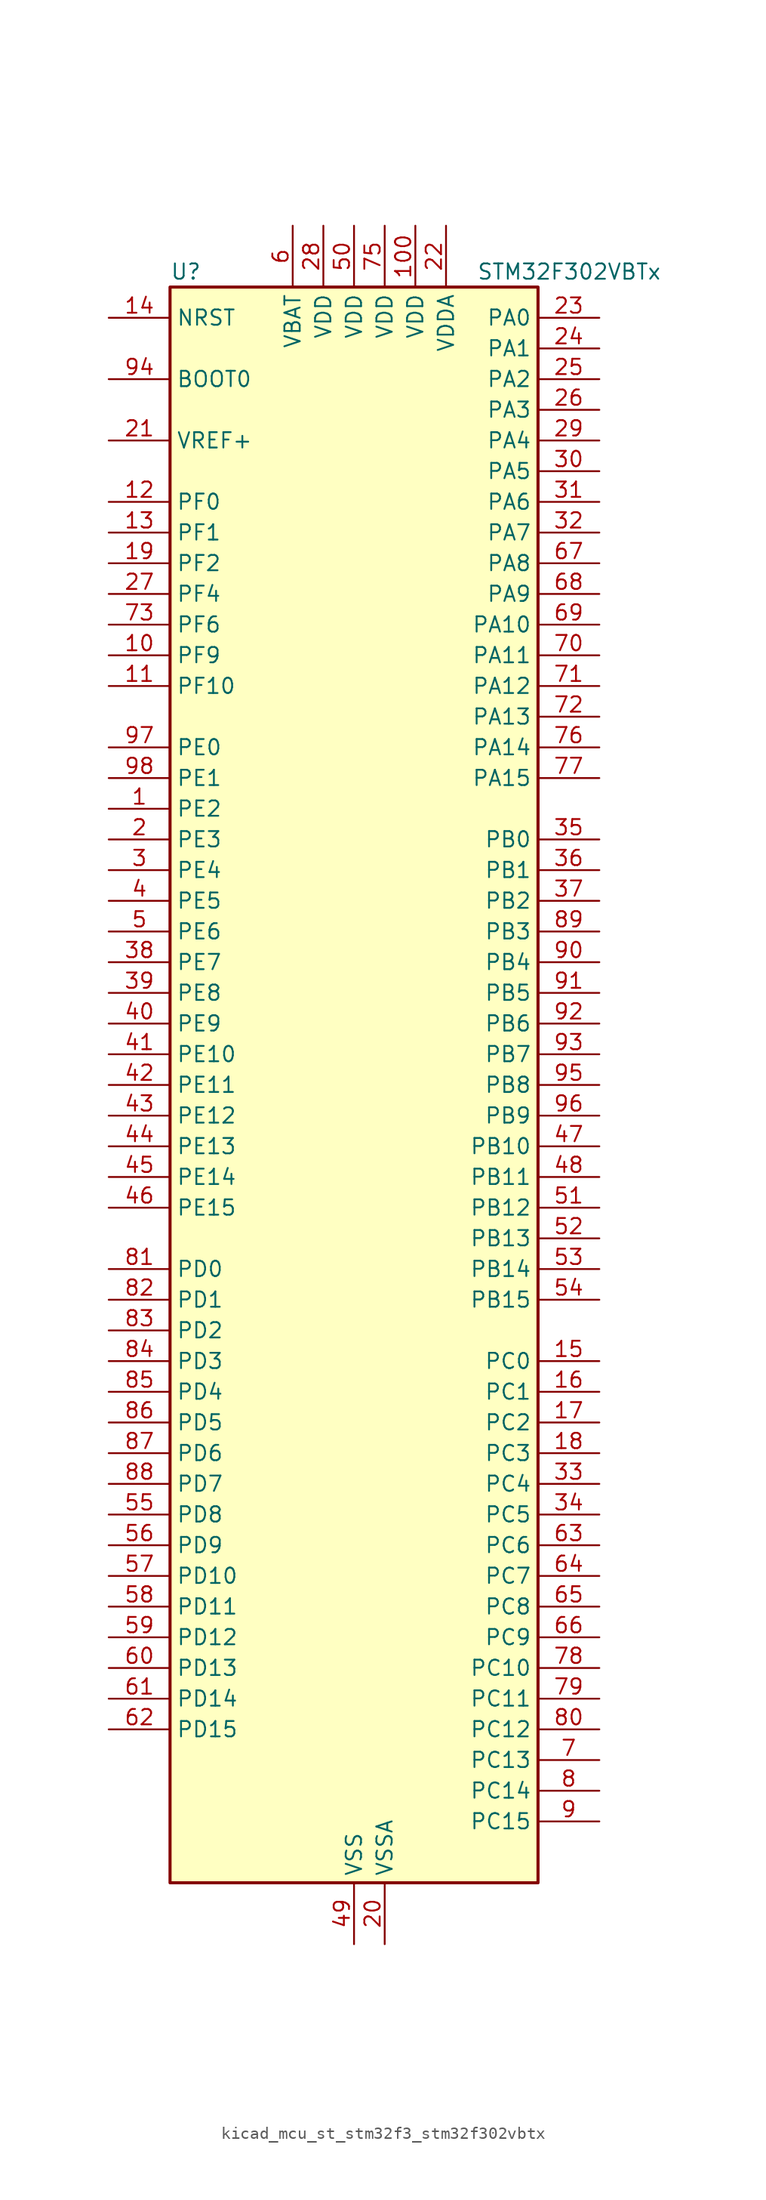
<source format=kicad_sym>
(kicad_symbol_lib
  (version 20220914)
  (generator kicad_symbol_editor)
  (symbol "kicad_mcu_st_stm32f3_stm32f302vbtx"
    (property "Reference" "U"
      (at -15.24 67.31 0)
      (effects (font (size 1.27 1.27)) (justify left)))
    (property "Value" "STM32F302VBTx"
      (at 10.16 67.31 0)
      (effects (font (size 1.27 1.27)) (justify left)))
    (property "ki_locked" ""
      (at 0 0 0)
      (effects (font (size 1.27 1.27))))
    (symbol "kicad_mcu_st_stm32f3_stm32f302vbtx_0_1"
      (rectangle (start -15.24 -66.04) (end 15.24 66.04) (stroke (width 0.254) (type default)) (fill (type background))))
    (symbol "kicad_mcu_st_stm32f3_stm32f302vbtx_1_1"
      (pin bidirectional line (at -20.32 22.86 0) (length 5.08) (name "PE2" (effects (font (size 1.27 1.27)))) (number "1" (effects (font (size 1.27 1.27)))) (alternate "SYS_TRACECK" bidirectional line) (alternate "TIM3_CH1" bidirectional line) (alternate "TSC_G7_IO1" bidirectional line))
      (pin bidirectional line (at -20.32 35.56 0) (length 5.08) (name "PF9" (effects (font (size 1.27 1.27)))) (number "10" (effects (font (size 1.27 1.27)))) (alternate "DAC_EXTI9" bidirectional line) (alternate "SPI2_SCK" bidirectional line) (alternate "TIM15_CH1" bidirectional line))
      (pin power_in line (at 5.08 71.12 270) (length 5.08) (name "VDD" (effects (font (size 1.27 1.27)))) (number "100" (effects (font (size 1.27 1.27)))))
      (pin bidirectional line (at -20.32 33.02 0) (length 5.08) (name "PF10" (effects (font (size 1.27 1.27)))) (number "11" (effects (font (size 1.27 1.27)))) (alternate "SPI2_SCK" bidirectional line) (alternate "TIM15_CH2" bidirectional line))
      (pin bidirectional line (at -20.32 48.26 0) (length 5.08) (name "PF0" (effects (font (size 1.27 1.27)))) (number "12" (effects (font (size 1.27 1.27)))) (alternate "I2C2_SDA" bidirectional line) (alternate "RCC_OSC_IN" bidirectional line) (alternate "TIM1_CH3N" bidirectional line))
      (pin bidirectional line (at -20.32 45.72 0) (length 5.08) (name "PF1" (effects (font (size 1.27 1.27)))) (number "13" (effects (font (size 1.27 1.27)))) (alternate "I2C2_SCL" bidirectional line) (alternate "RCC_OSC_OUT" bidirectional line))
      (pin input line (at -20.32 63.5 0) (length 5.08) (name "NRST" (effects (font (size 1.27 1.27)))) (number "14" (effects (font (size 1.27 1.27)))))
      (pin bidirectional line (at 20.32 -22.86 180) (length 5.08) (name "PC0" (effects (font (size 1.27 1.27)))) (number "15" (effects (font (size 1.27 1.27)))) (alternate "ADC1_IN6" bidirectional line) (alternate "ADC2_IN6" bidirectional line))
      (pin bidirectional line (at 20.32 -25.4 180) (length 5.08) (name "PC1" (effects (font (size 1.27 1.27)))) (number "16" (effects (font (size 1.27 1.27)))) (alternate "ADC1_IN7" bidirectional line) (alternate "ADC2_IN7" bidirectional line))
      (pin bidirectional line (at 20.32 -27.94 180) (length 5.08) (name "PC2" (effects (font (size 1.27 1.27)))) (number "17" (effects (font (size 1.27 1.27)))) (alternate "ADC1_IN8" bidirectional line) (alternate "ADC2_IN8" bidirectional line))
      (pin bidirectional line (at 20.32 -30.48 180) (length 5.08) (name "PC3" (effects (font (size 1.27 1.27)))) (number "18" (effects (font (size 1.27 1.27)))) (alternate "ADC1_IN9" bidirectional line) (alternate "ADC2_IN9" bidirectional line) (alternate "TIM1_BKIN2" bidirectional line))
      (pin bidirectional line (at -20.32 43.18 0) (length 5.08) (name "PF2" (effects (font (size 1.27 1.27)))) (number "19" (effects (font (size 1.27 1.27)))) (alternate "ADC1_IN10" bidirectional line) (alternate "ADC2_IN10" bidirectional line))
      (pin bidirectional line (at -20.32 20.32 0) (length 5.08) (name "PE3" (effects (font (size 1.27 1.27)))) (number "2" (effects (font (size 1.27 1.27)))) (alternate "SYS_TRACED0" bidirectional line) (alternate "TIM3_CH2" bidirectional line) (alternate "TSC_G7_IO2" bidirectional line))
      (pin power_in line (at 2.54 -71.12 90) (length 5.08) (name "VSSA" (effects (font (size 1.27 1.27)))) (number "20" (effects (font (size 1.27 1.27)))))
      (pin input line (at -20.32 53.34 0) (length 5.08) (name "VREF+" (effects (font (size 1.27 1.27)))) (number "21" (effects (font (size 1.27 1.27)))))
      (pin power_in line (at 7.62 71.12 270) (length 5.08) (name "VDDA" (effects (font (size 1.27 1.27)))) (number "22" (effects (font (size 1.27 1.27)))))
      (pin bidirectional line (at 20.32 63.5 180) (length 5.08) (name "PA0" (effects (font (size 1.27 1.27)))) (number "23" (effects (font (size 1.27 1.27)))) (alternate "ADC1_IN1" bidirectional line) (alternate "COMP1_INM" bidirectional line) (alternate "COMP1_OUT" bidirectional line) (alternate "RTC_TAMP2" bidirectional line) (alternate "SYS_WKUP1" bidirectional line) (alternate "TIM2_CH1" bidirectional line) (alternate "TIM2_ETR" bidirectional line) (alternate "TSC_G1_IO1" bidirectional line) (alternate "USART2_CTS" bidirectional line))
      (pin bidirectional line (at 20.32 60.96 180) (length 5.08) (name "PA1" (effects (font (size 1.27 1.27)))) (number "24" (effects (font (size 1.27 1.27)))) (alternate "ADC1_IN2" bidirectional line) (alternate "COMP1_INP" bidirectional line) (alternate "OPAMP1_VINP" bidirectional line) (alternate "OPAMP1_VINP_SEC" bidirectional line) (alternate "RTC_REFIN" bidirectional line) (alternate "TIM15_CH1N" bidirectional line) (alternate "TIM2_CH2" bidirectional line) (alternate "TSC_G1_IO2" bidirectional line) (alternate "USART2_DE" bidirectional line) (alternate "USART2_RTS" bidirectional line))
      (pin bidirectional line (at 20.32 58.42 180) (length 5.08) (name "PA2" (effects (font (size 1.27 1.27)))) (number "25" (effects (font (size 1.27 1.27)))) (alternate "ADC1_IN3" bidirectional line) (alternate "COMP2_INM" bidirectional line) (alternate "COMP2_OUT" bidirectional line) (alternate "OPAMP1_VOUT" bidirectional line) (alternate "TIM15_CH1" bidirectional line) (alternate "TIM2_CH3" bidirectional line) (alternate "TSC_G1_IO3" bidirectional line) (alternate "USART2_TX" bidirectional line))
      (pin bidirectional line (at 20.32 55.88 180) (length 5.08) (name "PA3" (effects (font (size 1.27 1.27)))) (number "26" (effects (font (size 1.27 1.27)))) (alternate "ADC1_IN4" bidirectional line) (alternate "COMP2_INP" bidirectional line) (alternate "OPAMP1_VINM" bidirectional line) (alternate "OPAMP1_VINM_SEC" bidirectional line) (alternate "OPAMP1_VINP" bidirectional line) (alternate "OPAMP1_VINP_SEC" bidirectional line) (alternate "TIM15_CH2" bidirectional line) (alternate "TIM2_CH4" bidirectional line) (alternate "TSC_G1_IO4" bidirectional line) (alternate "USART2_RX" bidirectional line))
      (pin bidirectional line (at -20.32 40.64 0) (length 5.08) (name "PF4" (effects (font (size 1.27 1.27)))) (number "27" (effects (font (size 1.27 1.27)))) (alternate "ADC1_IN5" bidirectional line) (alternate "COMP1_OUT" bidirectional line))
      (pin power_in line (at -2.54 71.12 270) (length 5.08) (name "VDD" (effects (font (size 1.27 1.27)))) (number "28" (effects (font (size 1.27 1.27)))))
      (pin bidirectional line (at 20.32 53.34 180) (length 5.08) (name "PA4" (effects (font (size 1.27 1.27)))) (number "29" (effects (font (size 1.27 1.27)))) (alternate "ADC2_IN1" bidirectional line) (alternate "COMP1_INM" bidirectional line) (alternate "COMP2_INM" bidirectional line) (alternate "COMP4_INM" bidirectional line) (alternate "COMP6_INM" bidirectional line) (alternate "DAC_OUT1" bidirectional line) (alternate "I2S3_WS" bidirectional line) (alternate "SPI1_NSS" bidirectional line) (alternate "SPI3_NSS" bidirectional line) (alternate "TIM3_CH2" bidirectional line) (alternate "TSC_G2_IO1" bidirectional line) (alternate "USART2_CK" bidirectional line))
      (pin bidirectional line (at -20.32 17.78 0) (length 5.08) (name "PE4" (effects (font (size 1.27 1.27)))) (number "3" (effects (font (size 1.27 1.27)))) (alternate "SYS_TRACED1" bidirectional line) (alternate "TIM3_CH3" bidirectional line) (alternate "TSC_G7_IO3" bidirectional line))
      (pin bidirectional line (at 20.32 50.8 180) (length 5.08) (name "PA5" (effects (font (size 1.27 1.27)))) (number "30" (effects (font (size 1.27 1.27)))) (alternate "ADC2_IN2" bidirectional line) (alternate "COMP1_INM" bidirectional line) (alternate "COMP2_INM" bidirectional line) (alternate "COMP4_INM" bidirectional line) (alternate "COMP6_INM" bidirectional line) (alternate "OPAMP1_VINP" bidirectional line) (alternate "OPAMP1_VINP_SEC" bidirectional line) (alternate "OPAMP2_VINM" bidirectional line) (alternate "OPAMP2_VINM_SEC" bidirectional line) (alternate "SPI1_SCK" bidirectional line) (alternate "TIM2_CH1" bidirectional line) (alternate "TIM2_ETR" bidirectional line) (alternate "TSC_G2_IO2" bidirectional line))
      (pin bidirectional line (at 20.32 48.26 180) (length 5.08) (name "PA6" (effects (font (size 1.27 1.27)))) (number "31" (effects (font (size 1.27 1.27)))) (alternate "ADC2_IN3" bidirectional line) (alternate "COMP1_OUT" bidirectional line) (alternate "OPAMP2_VOUT" bidirectional line) (alternate "SPI1_MISO" bidirectional line) (alternate "TIM16_CH1" bidirectional line) (alternate "TIM1_BKIN" bidirectional line) (alternate "TIM3_CH1" bidirectional line) (alternate "TSC_G2_IO3" bidirectional line))
      (pin bidirectional line (at 20.32 45.72 180) (length 5.08) (name "PA7" (effects (font (size 1.27 1.27)))) (number "32" (effects (font (size 1.27 1.27)))) (alternate "ADC2_IN4" bidirectional line) (alternate "COMP2_INP" bidirectional line) (alternate "COMP2_OUT" bidirectional line) (alternate "OPAMP1_VINP" bidirectional line) (alternate "OPAMP1_VINP_SEC" bidirectional line) (alternate "OPAMP2_VINP" bidirectional line) (alternate "OPAMP2_VINP_SEC" bidirectional line) (alternate "SPI1_MOSI" bidirectional line) (alternate "TIM17_CH1" bidirectional line) (alternate "TIM1_CH1N" bidirectional line) (alternate "TIM3_CH2" bidirectional line) (alternate "TSC_G2_IO4" bidirectional line))
      (pin bidirectional line (at 20.32 -33.02 180) (length 5.08) (name "PC4" (effects (font (size 1.27 1.27)))) (number "33" (effects (font (size 1.27 1.27)))) (alternate "ADC2_IN5" bidirectional line) (alternate "USART1_TX" bidirectional line))
      (pin bidirectional line (at 20.32 -35.56 180) (length 5.08) (name "PC5" (effects (font (size 1.27 1.27)))) (number "34" (effects (font (size 1.27 1.27)))) (alternate "ADC2_IN11" bidirectional line) (alternate "OPAMP1_VINM" bidirectional line) (alternate "OPAMP1_VINM_SEC" bidirectional line) (alternate "OPAMP2_VINM" bidirectional line) (alternate "OPAMP2_VINM_SEC" bidirectional line) (alternate "TSC_G3_IO1" bidirectional line) (alternate "USART1_RX" bidirectional line))
      (pin bidirectional line (at 20.32 20.32 180) (length 5.08) (name "PB0" (effects (font (size 1.27 1.27)))) (number "35" (effects (font (size 1.27 1.27)))) (alternate "COMP4_INP" bidirectional line) (alternate "OPAMP2_VINP" bidirectional line) (alternate "OPAMP2_VINP_SEC" bidirectional line) (alternate "TIM1_CH2N" bidirectional line) (alternate "TIM3_CH3" bidirectional line) (alternate "TSC_G3_IO2" bidirectional line))
      (pin bidirectional line (at 20.32 17.78 180) (length 5.08) (name "PB1" (effects (font (size 1.27 1.27)))) (number "36" (effects (font (size 1.27 1.27)))) (alternate "COMP4_OUT" bidirectional line) (alternate "TIM1_CH3N" bidirectional line) (alternate "TIM3_CH4" bidirectional line) (alternate "TSC_G3_IO3" bidirectional line))
      (pin bidirectional line (at 20.32 15.24 180) (length 5.08) (name "PB2" (effects (font (size 1.27 1.27)))) (number "37" (effects (font (size 1.27 1.27)))) (alternate "ADC2_IN12" bidirectional line) (alternate "COMP4_INM" bidirectional line) (alternate "TSC_G3_IO4" bidirectional line))
      (pin bidirectional line (at -20.32 10.16 0) (length 5.08) (name "PE7" (effects (font (size 1.27 1.27)))) (number "38" (effects (font (size 1.27 1.27)))) (alternate "COMP4_INP" bidirectional line) (alternate "TIM1_ETR" bidirectional line))
      (pin bidirectional line (at -20.32 7.62 0) (length 5.08) (name "PE8" (effects (font (size 1.27 1.27)))) (number "39" (effects (font (size 1.27 1.27)))) (alternate "COMP4_INM" bidirectional line) (alternate "TIM1_CH1N" bidirectional line))
      (pin bidirectional line (at -20.32 15.24 0) (length 5.08) (name "PE5" (effects (font (size 1.27 1.27)))) (number "4" (effects (font (size 1.27 1.27)))) (alternate "SYS_TRACED2" bidirectional line) (alternate "TIM3_CH4" bidirectional line) (alternate "TSC_G7_IO4" bidirectional line))
      (pin bidirectional line (at -20.32 5.08 0) (length 5.08) (name "PE9" (effects (font (size 1.27 1.27)))) (number "40" (effects (font (size 1.27 1.27)))) (alternate "DAC_EXTI9" bidirectional line) (alternate "TIM1_CH1" bidirectional line))
      (pin bidirectional line (at -20.32 2.54 0) (length 5.08) (name "PE10" (effects (font (size 1.27 1.27)))) (number "41" (effects (font (size 1.27 1.27)))) (alternate "TIM1_CH2N" bidirectional line))
      (pin bidirectional line (at -20.32 0 0) (length 5.08) (name "PE11" (effects (font (size 1.27 1.27)))) (number "42" (effects (font (size 1.27 1.27)))) (alternate "ADC1_EXTI11" bidirectional line) (alternate "ADC2_EXTI11" bidirectional line) (alternate "TIM1_CH2" bidirectional line))
      (pin bidirectional line (at -20.32 -2.54 0) (length 5.08) (name "PE12" (effects (font (size 1.27 1.27)))) (number "43" (effects (font (size 1.27 1.27)))) (alternate "TIM1_CH3N" bidirectional line))
      (pin bidirectional line (at -20.32 -5.08 0) (length 5.08) (name "PE13" (effects (font (size 1.27 1.27)))) (number "44" (effects (font (size 1.27 1.27)))) (alternate "TIM1_CH3" bidirectional line))
      (pin bidirectional line (at -20.32 -7.62 0) (length 5.08) (name "PE14" (effects (font (size 1.27 1.27)))) (number "45" (effects (font (size 1.27 1.27)))) (alternate "TIM1_BKIN2" bidirectional line) (alternate "TIM1_CH4" bidirectional line))
      (pin bidirectional line (at -20.32 -10.16 0) (length 5.08) (name "PE15" (effects (font (size 1.27 1.27)))) (number "46" (effects (font (size 1.27 1.27)))) (alternate "ADC1_EXTI15" bidirectional line) (alternate "ADC2_EXTI15" bidirectional line) (alternate "TIM1_BKIN" bidirectional line) (alternate "USART3_RX" bidirectional line))
      (pin bidirectional line (at 20.32 -5.08 180) (length 5.08) (name "PB10" (effects (font (size 1.27 1.27)))) (number "47" (effects (font (size 1.27 1.27)))) (alternate "TIM2_CH3" bidirectional line) (alternate "TSC_SYNC" bidirectional line) (alternate "USART3_TX" bidirectional line))
      (pin bidirectional line (at 20.32 -7.62 180) (length 5.08) (name "PB11" (effects (font (size 1.27 1.27)))) (number "48" (effects (font (size 1.27 1.27)))) (alternate "ADC1_EXTI11" bidirectional line) (alternate "ADC2_EXTI11" bidirectional line) (alternate "COMP6_INP" bidirectional line) (alternate "TIM2_CH4" bidirectional line) (alternate "TSC_G6_IO1" bidirectional line) (alternate "USART3_RX" bidirectional line))
      (pin power_in line (at 0 -71.12 90) (length 5.08) (name "VSS" (effects (font (size 1.27 1.27)))) (number "49" (effects (font (size 1.27 1.27)))))
      (pin bidirectional line (at -20.32 12.7 0) (length 5.08) (name "PE6" (effects (font (size 1.27 1.27)))) (number "5" (effects (font (size 1.27 1.27)))) (alternate "RTC_TAMP3" bidirectional line) (alternate "SYS_TRACED3" bidirectional line) (alternate "SYS_WKUP3" bidirectional line))
      (pin power_in line (at 0 71.12 270) (length 5.08) (name "VDD" (effects (font (size 1.27 1.27)))) (number "50" (effects (font (size 1.27 1.27)))))
      (pin bidirectional line (at 20.32 -10.16 180) (length 5.08) (name "PB12" (effects (font (size 1.27 1.27)))) (number "51" (effects (font (size 1.27 1.27)))) (alternate "I2C2_SMBA" bidirectional line) (alternate "I2S2_WS" bidirectional line) (alternate "SPI2_NSS" bidirectional line) (alternate "TIM1_BKIN" bidirectional line) (alternate "TSC_G6_IO2" bidirectional line) (alternate "USART3_CK" bidirectional line))
      (pin bidirectional line (at 20.32 -12.7 180) (length 5.08) (name "PB13" (effects (font (size 1.27 1.27)))) (number "52" (effects (font (size 1.27 1.27)))) (alternate "I2S2_CK" bidirectional line) (alternate "SPI2_SCK" bidirectional line) (alternate "TIM1_CH1N" bidirectional line) (alternate "TSC_G6_IO3" bidirectional line) (alternate "USART3_CTS" bidirectional line))
      (pin bidirectional line (at 20.32 -15.24 180) (length 5.08) (name "PB14" (effects (font (size 1.27 1.27)))) (number "53" (effects (font (size 1.27 1.27)))) (alternate "I2S2_ext_SD" bidirectional line) (alternate "OPAMP2_VINP" bidirectional line) (alternate "OPAMP2_VINP_SEC" bidirectional line) (alternate "SPI2_MISO" bidirectional line) (alternate "TIM15_CH1" bidirectional line) (alternate "TIM1_CH2N" bidirectional line) (alternate "TSC_G6_IO4" bidirectional line) (alternate "USART3_DE" bidirectional line) (alternate "USART3_RTS" bidirectional line))
      (pin bidirectional line (at 20.32 -17.78 180) (length 5.08) (name "PB15" (effects (font (size 1.27 1.27)))) (number "54" (effects (font (size 1.27 1.27)))) (alternate "ADC1_EXTI15" bidirectional line) (alternate "ADC2_EXTI15" bidirectional line) (alternate "COMP6_INM" bidirectional line) (alternate "I2S2_SD" bidirectional line) (alternate "RTC_REFIN" bidirectional line) (alternate "SPI2_MOSI" bidirectional line) (alternate "TIM15_CH1N" bidirectional line) (alternate "TIM15_CH2" bidirectional line) (alternate "TIM1_CH3N" bidirectional line))
      (pin bidirectional line (at -20.32 -35.56 0) (length 5.08) (name "PD8" (effects (font (size 1.27 1.27)))) (number "55" (effects (font (size 1.27 1.27)))) (alternate "USART3_TX" bidirectional line))
      (pin bidirectional line (at -20.32 -38.1 0) (length 5.08) (name "PD9" (effects (font (size 1.27 1.27)))) (number "56" (effects (font (size 1.27 1.27)))) (alternate "DAC_EXTI9" bidirectional line) (alternate "USART3_RX" bidirectional line))
      (pin bidirectional line (at -20.32 -40.64 0) (length 5.08) (name "PD10" (effects (font (size 1.27 1.27)))) (number "57" (effects (font (size 1.27 1.27)))) (alternate "COMP6_INM" bidirectional line) (alternate "USART3_CK" bidirectional line))
      (pin bidirectional line (at -20.32 -43.18 0) (length 5.08) (name "PD11" (effects (font (size 1.27 1.27)))) (number "58" (effects (font (size 1.27 1.27)))) (alternate "ADC1_EXTI11" bidirectional line) (alternate "ADC2_EXTI11" bidirectional line) (alternate "COMP6_INP" bidirectional line) (alternate "USART3_CTS" bidirectional line))
      (pin bidirectional line (at -20.32 -45.72 0) (length 5.08) (name "PD12" (effects (font (size 1.27 1.27)))) (number "59" (effects (font (size 1.27 1.27)))) (alternate "TIM4_CH1" bidirectional line) (alternate "TSC_G8_IO1" bidirectional line) (alternate "USART3_DE" bidirectional line) (alternate "USART3_RTS" bidirectional line))
      (pin power_in line (at -5.08 71.12 270) (length 5.08) (name "VBAT" (effects (font (size 1.27 1.27)))) (number "6" (effects (font (size 1.27 1.27)))))
      (pin bidirectional line (at -20.32 -48.26 0) (length 5.08) (name "PD13" (effects (font (size 1.27 1.27)))) (number "60" (effects (font (size 1.27 1.27)))) (alternate "TIM4_CH2" bidirectional line) (alternate "TSC_G8_IO2" bidirectional line))
      (pin bidirectional line (at -20.32 -50.8 0) (length 5.08) (name "PD14" (effects (font (size 1.27 1.27)))) (number "61" (effects (font (size 1.27 1.27)))) (alternate "OPAMP2_VINP" bidirectional line) (alternate "OPAMP2_VINP_SEC" bidirectional line) (alternate "TIM4_CH3" bidirectional line) (alternate "TSC_G8_IO3" bidirectional line))
      (pin bidirectional line (at -20.32 -53.34 0) (length 5.08) (name "PD15" (effects (font (size 1.27 1.27)))) (number "62" (effects (font (size 1.27 1.27)))) (alternate "ADC1_EXTI15" bidirectional line) (alternate "ADC2_EXTI15" bidirectional line) (alternate "SPI2_NSS" bidirectional line) (alternate "TIM4_CH4" bidirectional line) (alternate "TSC_G8_IO4" bidirectional line))
      (pin bidirectional line (at 20.32 -38.1 180) (length 5.08) (name "PC6" (effects (font (size 1.27 1.27)))) (number "63" (effects (font (size 1.27 1.27)))) (alternate "COMP6_OUT" bidirectional line) (alternate "I2S2_MCK" bidirectional line) (alternate "TIM3_CH1" bidirectional line))
      (pin bidirectional line (at 20.32 -40.64 180) (length 5.08) (name "PC7" (effects (font (size 1.27 1.27)))) (number "64" (effects (font (size 1.27 1.27)))) (alternate "I2S3_MCK" bidirectional line) (alternate "TIM3_CH2" bidirectional line))
      (pin bidirectional line (at 20.32 -43.18 180) (length 5.08) (name "PC8" (effects (font (size 1.27 1.27)))) (number "65" (effects (font (size 1.27 1.27)))) (alternate "TIM3_CH3" bidirectional line))
      (pin bidirectional line (at 20.32 -45.72 180) (length 5.08) (name "PC9" (effects (font (size 1.27 1.27)))) (number "66" (effects (font (size 1.27 1.27)))) (alternate "DAC_EXTI9" bidirectional line) (alternate "I2S_CKIN" bidirectional line) (alternate "TIM3_CH4" bidirectional line))
      (pin bidirectional line (at 20.32 43.18 180) (length 5.08) (name "PA8" (effects (font (size 1.27 1.27)))) (number "67" (effects (font (size 1.27 1.27)))) (alternate "I2C2_SMBA" bidirectional line) (alternate "I2S2_MCK" bidirectional line) (alternate "RCC_MCO" bidirectional line) (alternate "TIM1_CH1" bidirectional line) (alternate "TIM4_ETR" bidirectional line) (alternate "USART1_CK" bidirectional line))
      (pin bidirectional line (at 20.32 40.64 180) (length 5.08) (name "PA9" (effects (font (size 1.27 1.27)))) (number "68" (effects (font (size 1.27 1.27)))) (alternate "DAC_EXTI9" bidirectional line) (alternate "I2C2_SCL" bidirectional line) (alternate "I2S3_MCK" bidirectional line) (alternate "TIM15_BKIN" bidirectional line) (alternate "TIM1_CH2" bidirectional line) (alternate "TIM2_CH3" bidirectional line) (alternate "TSC_G4_IO1" bidirectional line) (alternate "USART1_TX" bidirectional line))
      (pin bidirectional line (at 20.32 38.1 180) (length 5.08) (name "PA10" (effects (font (size 1.27 1.27)))) (number "69" (effects (font (size 1.27 1.27)))) (alternate "COMP6_OUT" bidirectional line) (alternate "I2C2_SDA" bidirectional line) (alternate "TIM17_BKIN" bidirectional line) (alternate "TIM1_CH3" bidirectional line) (alternate "TIM2_CH4" bidirectional line) (alternate "TSC_G4_IO2" bidirectional line) (alternate "USART1_RX" bidirectional line))
      (pin bidirectional line (at 20.32 -55.88 180) (length 5.08) (name "PC13" (effects (font (size 1.27 1.27)))) (number "7" (effects (font (size 1.27 1.27)))) (alternate "RTC_OUT_ALARM" bidirectional line) (alternate "RTC_OUT_CALIB" bidirectional line) (alternate "RTC_TAMP1" bidirectional line) (alternate "RTC_TS" bidirectional line) (alternate "SYS_WKUP2" bidirectional line) (alternate "TIM1_CH1N" bidirectional line))
      (pin bidirectional line (at 20.32 35.56 180) (length 5.08) (name "PA11" (effects (font (size 1.27 1.27)))) (number "70" (effects (font (size 1.27 1.27)))) (alternate "ADC1_EXTI11" bidirectional line) (alternate "ADC2_EXTI11" bidirectional line) (alternate "CAN_RX" bidirectional line) (alternate "COMP1_OUT" bidirectional line) (alternate "TIM1_BKIN2" bidirectional line) (alternate "TIM1_CH1N" bidirectional line) (alternate "TIM1_CH4" bidirectional line) (alternate "TIM4_CH1" bidirectional line) (alternate "USART1_CTS" bidirectional line) (alternate "USB_DM" bidirectional line))
      (pin bidirectional line (at 20.32 33.02 180) (length 5.08) (name "PA12" (effects (font (size 1.27 1.27)))) (number "71" (effects (font (size 1.27 1.27)))) (alternate "CAN_TX" bidirectional line) (alternate "COMP2_OUT" bidirectional line) (alternate "TIM16_CH1" bidirectional line) (alternate "TIM1_CH2N" bidirectional line) (alternate "TIM1_ETR" bidirectional line) (alternate "TIM4_CH2" bidirectional line) (alternate "USART1_DE" bidirectional line) (alternate "USART1_RTS" bidirectional line) (alternate "USB_DP" bidirectional line))
      (pin bidirectional line (at 20.32 30.48 180) (length 5.08) (name "PA13" (effects (font (size 1.27 1.27)))) (number "72" (effects (font (size 1.27 1.27)))) (alternate "IR_OUT" bidirectional line) (alternate "SYS_JTMS-SWDIO" bidirectional line) (alternate "TIM16_CH1N" bidirectional line) (alternate "TIM4_CH3" bidirectional line) (alternate "TSC_G4_IO3" bidirectional line) (alternate "USART3_CTS" bidirectional line))
      (pin bidirectional line (at -20.32 38.1 0) (length 5.08) (name "PF6" (effects (font (size 1.27 1.27)))) (number "73" (effects (font (size 1.27 1.27)))) (alternate "I2C2_SCL" bidirectional line) (alternate "TIM4_CH4" bidirectional line) (alternate "USART3_DE" bidirectional line) (alternate "USART3_RTS" bidirectional line))
      (pin passive line (at 0 -71.12 90) (length 5.08) hide (name "VSS" (effects (font (size 1.27 1.27)))) (number "74" (effects (font (size 1.27 1.27)))))
      (pin power_in line (at 2.54 71.12 270) (length 5.08) (name "VDD" (effects (font (size 1.27 1.27)))) (number "75" (effects (font (size 1.27 1.27)))))
      (pin bidirectional line (at 20.32 27.94 180) (length 5.08) (name "PA14" (effects (font (size 1.27 1.27)))) (number "76" (effects (font (size 1.27 1.27)))) (alternate "I2C1_SDA" bidirectional line) (alternate "SYS_JTCK-SWCLK" bidirectional line) (alternate "TIM1_BKIN" bidirectional line) (alternate "TSC_G4_IO4" bidirectional line) (alternate "USART2_TX" bidirectional line))
      (pin bidirectional line (at 20.32 25.4 180) (length 5.08) (name "PA15" (effects (font (size 1.27 1.27)))) (number "77" (effects (font (size 1.27 1.27)))) (alternate "ADC1_EXTI15" bidirectional line) (alternate "ADC2_EXTI15" bidirectional line) (alternate "I2C1_SCL" bidirectional line) (alternate "I2S3_WS" bidirectional line) (alternate "SPI1_NSS" bidirectional line) (alternate "SPI3_NSS" bidirectional line) (alternate "SYS_JTDI" bidirectional line) (alternate "TIM1_BKIN" bidirectional line) (alternate "TIM2_CH1" bidirectional line) (alternate "TIM2_ETR" bidirectional line) (alternate "USART2_RX" bidirectional line))
      (pin bidirectional line (at 20.32 -48.26 180) (length 5.08) (name "PC10" (effects (font (size 1.27 1.27)))) (number "78" (effects (font (size 1.27 1.27)))) (alternate "I2S3_CK" bidirectional line) (alternate "SPI3_SCK" bidirectional line) (alternate "UART4_TX" bidirectional line) (alternate "USART3_TX" bidirectional line))
      (pin bidirectional line (at 20.32 -50.8 180) (length 5.08) (name "PC11" (effects (font (size 1.27 1.27)))) (number "79" (effects (font (size 1.27 1.27)))) (alternate "ADC1_EXTI11" bidirectional line) (alternate "ADC2_EXTI11" bidirectional line) (alternate "I2S3_ext_SD" bidirectional line) (alternate "SPI3_MISO" bidirectional line) (alternate "UART4_RX" bidirectional line) (alternate "USART3_RX" bidirectional line))
      (pin bidirectional line (at 20.32 -58.42 180) (length 5.08) (name "PC14" (effects (font (size 1.27 1.27)))) (number "8" (effects (font (size 1.27 1.27)))) (alternate "RCC_OSC32_IN" bidirectional line))
      (pin bidirectional line (at 20.32 -53.34 180) (length 5.08) (name "PC12" (effects (font (size 1.27 1.27)))) (number "80" (effects (font (size 1.27 1.27)))) (alternate "I2S3_SD" bidirectional line) (alternate "SPI3_MOSI" bidirectional line) (alternate "UART5_TX" bidirectional line) (alternate "USART3_CK" bidirectional line))
      (pin bidirectional line (at -20.32 -15.24 0) (length 5.08) (name "PD0" (effects (font (size 1.27 1.27)))) (number "81" (effects (font (size 1.27 1.27)))) (alternate "CAN_RX" bidirectional line))
      (pin bidirectional line (at -20.32 -17.78 0) (length 5.08) (name "PD1" (effects (font (size 1.27 1.27)))) (number "82" (effects (font (size 1.27 1.27)))) (alternate "CAN_TX" bidirectional line))
      (pin bidirectional line (at -20.32 -20.32 0) (length 5.08) (name "PD2" (effects (font (size 1.27 1.27)))) (number "83" (effects (font (size 1.27 1.27)))) (alternate "TIM3_ETR" bidirectional line) (alternate "UART5_RX" bidirectional line))
      (pin bidirectional line (at -20.32 -22.86 0) (length 5.08) (name "PD3" (effects (font (size 1.27 1.27)))) (number "84" (effects (font (size 1.27 1.27)))) (alternate "TIM2_CH1" bidirectional line) (alternate "TIM2_ETR" bidirectional line) (alternate "USART2_CTS" bidirectional line))
      (pin bidirectional line (at -20.32 -25.4 0) (length 5.08) (name "PD4" (effects (font (size 1.27 1.27)))) (number "85" (effects (font (size 1.27 1.27)))) (alternate "TIM2_CH2" bidirectional line) (alternate "USART2_DE" bidirectional line) (alternate "USART2_RTS" bidirectional line))
      (pin bidirectional line (at -20.32 -27.94 0) (length 5.08) (name "PD5" (effects (font (size 1.27 1.27)))) (number "86" (effects (font (size 1.27 1.27)))) (alternate "USART2_TX" bidirectional line))
      (pin bidirectional line (at -20.32 -30.48 0) (length 5.08) (name "PD6" (effects (font (size 1.27 1.27)))) (number "87" (effects (font (size 1.27 1.27)))) (alternate "TIM2_CH4" bidirectional line) (alternate "USART2_RX" bidirectional line))
      (pin bidirectional line (at -20.32 -33.02 0) (length 5.08) (name "PD7" (effects (font (size 1.27 1.27)))) (number "88" (effects (font (size 1.27 1.27)))) (alternate "TIM2_CH3" bidirectional line) (alternate "USART2_CK" bidirectional line))
      (pin bidirectional line (at 20.32 12.7 180) (length 5.08) (name "PB3" (effects (font (size 1.27 1.27)))) (number "89" (effects (font (size 1.27 1.27)))) (alternate "I2S3_CK" bidirectional line) (alternate "SPI1_SCK" bidirectional line) (alternate "SPI3_SCK" bidirectional line) (alternate "SYS_JTDO-TRACESWO" bidirectional line) (alternate "TIM2_CH2" bidirectional line) (alternate "TIM3_ETR" bidirectional line) (alternate "TIM4_ETR" bidirectional line) (alternate "TSC_G5_IO1" bidirectional line) (alternate "USART2_TX" bidirectional line))
      (pin bidirectional line (at 20.32 -60.96 180) (length 5.08) (name "PC15" (effects (font (size 1.27 1.27)))) (number "9" (effects (font (size 1.27 1.27)))) (alternate "ADC1_EXTI15" bidirectional line) (alternate "ADC2_EXTI15" bidirectional line) (alternate "RCC_OSC32_OUT" bidirectional line))
      (pin bidirectional line (at 20.32 10.16 180) (length 5.08) (name "PB4" (effects (font (size 1.27 1.27)))) (number "90" (effects (font (size 1.27 1.27)))) (alternate "I2S3_ext_SD" bidirectional line) (alternate "SPI1_MISO" bidirectional line) (alternate "SPI3_MISO" bidirectional line) (alternate "SYS_NJTRST" bidirectional line) (alternate "TIM16_CH1" bidirectional line) (alternate "TIM17_BKIN" bidirectional line) (alternate "TIM3_CH1" bidirectional line) (alternate "TSC_G5_IO2" bidirectional line) (alternate "USART2_RX" bidirectional line))
      (pin bidirectional line (at 20.32 7.62 180) (length 5.08) (name "PB5" (effects (font (size 1.27 1.27)))) (number "91" (effects (font (size 1.27 1.27)))) (alternate "I2C1_SMBA" bidirectional line) (alternate "I2S3_SD" bidirectional line) (alternate "SPI1_MOSI" bidirectional line) (alternate "SPI3_MOSI" bidirectional line) (alternate "TIM16_BKIN" bidirectional line) (alternate "TIM17_CH1" bidirectional line) (alternate "TIM3_CH2" bidirectional line) (alternate "USART2_CK" bidirectional line))
      (pin bidirectional line (at 20.32 5.08 180) (length 5.08) (name "PB6" (effects (font (size 1.27 1.27)))) (number "92" (effects (font (size 1.27 1.27)))) (alternate "I2C1_SCL" bidirectional line) (alternate "TIM16_CH1N" bidirectional line) (alternate "TIM4_CH1" bidirectional line) (alternate "TSC_G5_IO3" bidirectional line) (alternate "USART1_TX" bidirectional line))
      (pin bidirectional line (at 20.32 2.54 180) (length 5.08) (name "PB7" (effects (font (size 1.27 1.27)))) (number "93" (effects (font (size 1.27 1.27)))) (alternate "I2C1_SDA" bidirectional line) (alternate "TIM17_CH1N" bidirectional line) (alternate "TIM3_CH4" bidirectional line) (alternate "TIM4_CH2" bidirectional line) (alternate "TSC_G5_IO4" bidirectional line) (alternate "USART1_RX" bidirectional line))
      (pin input line (at -20.32 58.42 0) (length 5.08) (name "BOOT0" (effects (font (size 1.27 1.27)))) (number "94" (effects (font (size 1.27 1.27)))))
      (pin bidirectional line (at 20.32 0 180) (length 5.08) (name "PB8" (effects (font (size 1.27 1.27)))) (number "95" (effects (font (size 1.27 1.27)))) (alternate "CAN_RX" bidirectional line) (alternate "COMP1_OUT" bidirectional line) (alternate "I2C1_SCL" bidirectional line) (alternate "TIM16_CH1" bidirectional line) (alternate "TIM1_BKIN" bidirectional line) (alternate "TIM4_CH3" bidirectional line) (alternate "TSC_SYNC" bidirectional line))
      (pin bidirectional line (at 20.32 -2.54 180) (length 5.08) (name "PB9" (effects (font (size 1.27 1.27)))) (number "96" (effects (font (size 1.27 1.27)))) (alternate "CAN_TX" bidirectional line) (alternate "COMP2_OUT" bidirectional line) (alternate "DAC_EXTI9" bidirectional line) (alternate "I2C1_SDA" bidirectional line) (alternate "IR_OUT" bidirectional line) (alternate "TIM17_CH1" bidirectional line) (alternate "TIM4_CH4" bidirectional line))
      (pin bidirectional line (at -20.32 27.94 0) (length 5.08) (name "PE0" (effects (font (size 1.27 1.27)))) (number "97" (effects (font (size 1.27 1.27)))) (alternate "TIM16_CH1" bidirectional line) (alternate "TIM4_ETR" bidirectional line) (alternate "USART1_TX" bidirectional line))
      (pin bidirectional line (at -20.32 25.4 0) (length 5.08) (name "PE1" (effects (font (size 1.27 1.27)))) (number "98" (effects (font (size 1.27 1.27)))) (alternate "TIM17_CH1" bidirectional line) (alternate "USART1_RX" bidirectional line))
      (pin passive line (at 0 -71.12 90) (length 5.08) hide (name "VSS" (effects (font (size 1.27 1.27)))) (number "99" (effects (font (size 1.27 1.27))))))))
</source>
